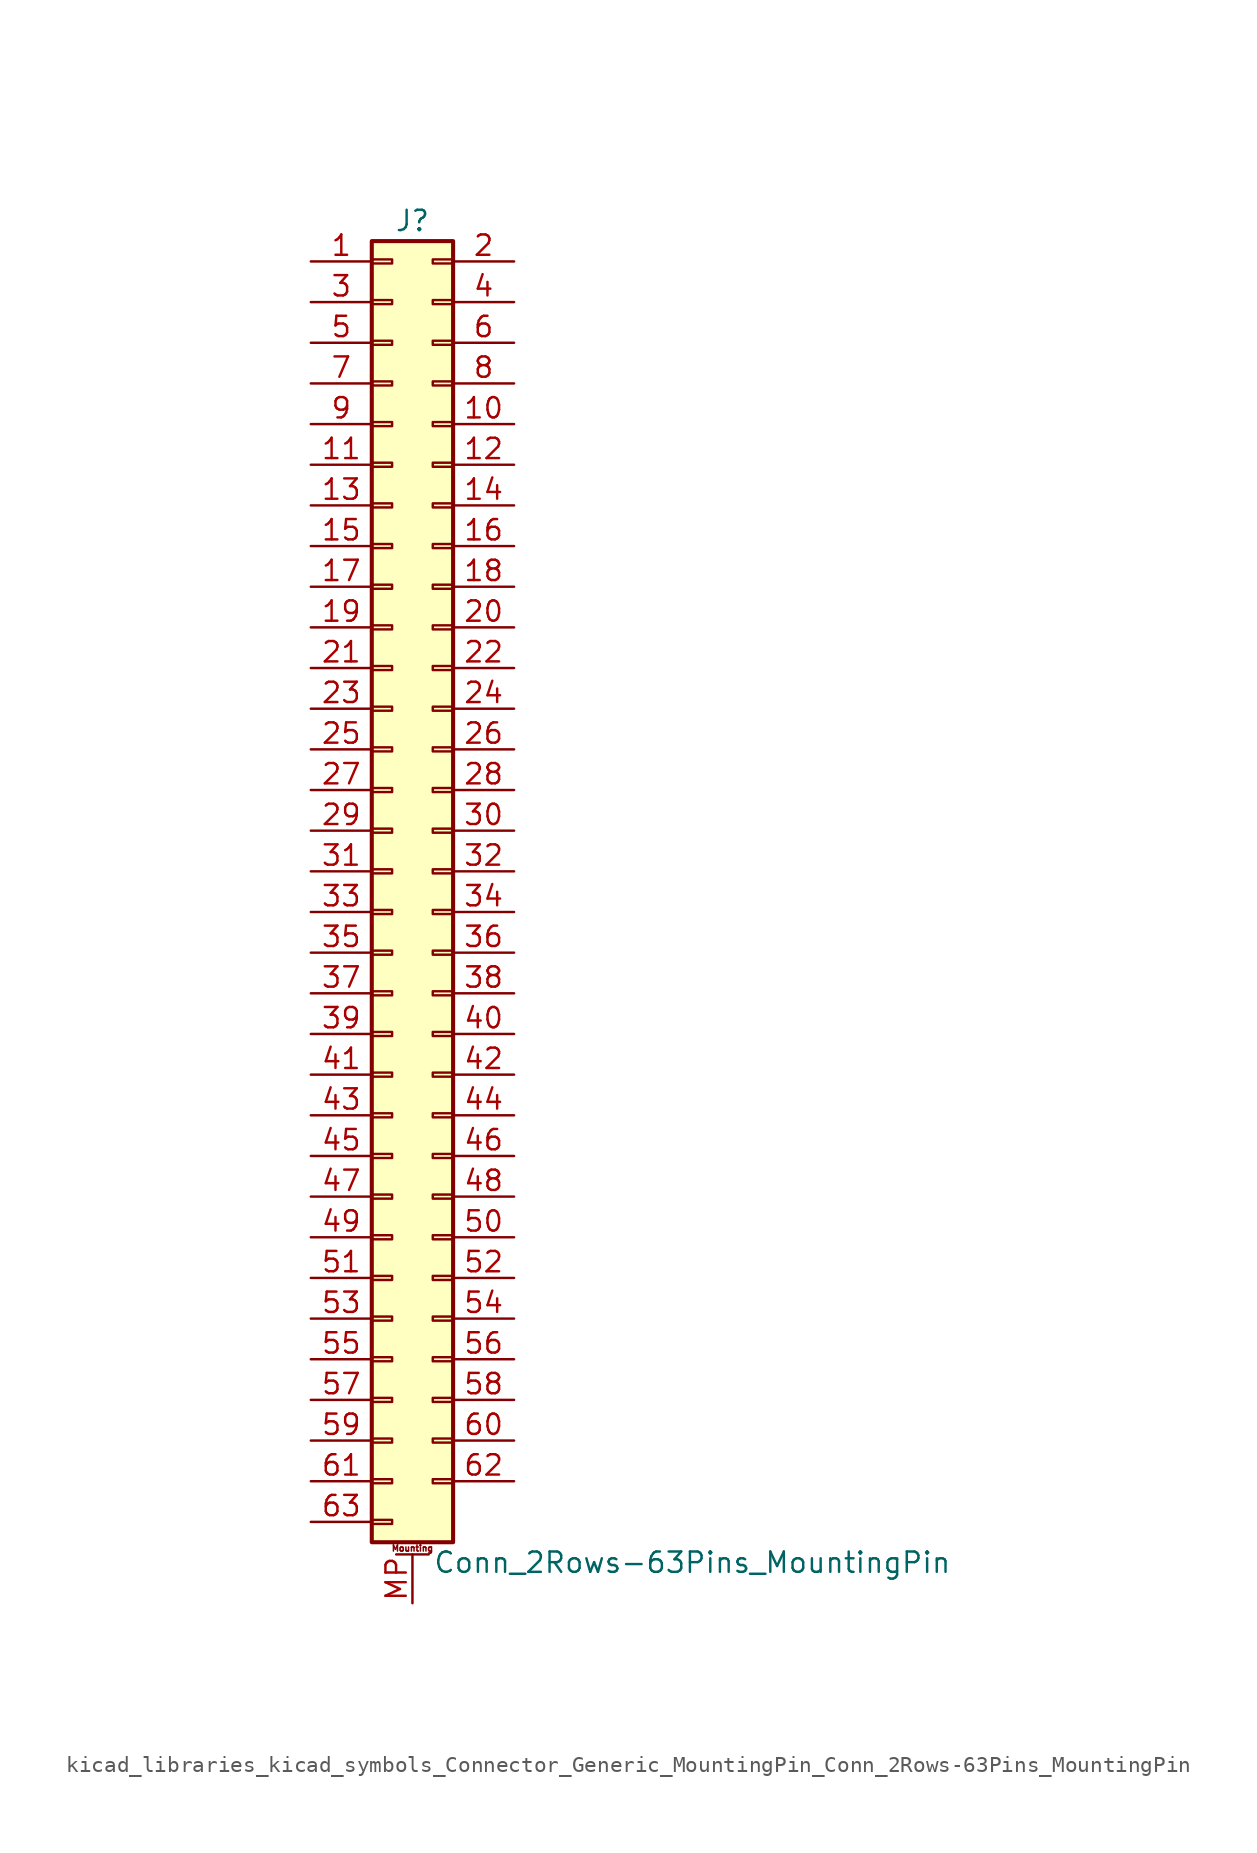
<source format=kicad_sym>
(kicad_symbol_lib
  (version 20220914)
  (generator kicad_symbol_editor)
  (symbol "kicad_libraries_kicad_symbols_Connector_Generic_MountingPin_Conn_2Rows-63Pins_MountingPin"
    (pin_names
      (offset 1.016) hide)
    (property "Reference" "J"
      (at 1.27 40.64 0)
      (effects (font (size 1.27 1.27))))
    (property "Value" "Conn_2Rows-63Pins_MountingPin"
      (at 2.54 -43.18 0)
      (effects (font (size 1.27 1.27)) (justify left)))
    (symbol "kicad_libraries_kicad_symbols_Connector_Generic_MountingPin_Conn_2Rows-63Pins_MountingPin_1_1"
      (rectangle (start -1.27 -40.513) (end 0 -40.767) (stroke (width 0.152) (type default)) (fill (type none)))
      (rectangle (start -1.27 -37.973) (end 0 -38.227) (stroke (width 0.152) (type default)) (fill (type none)))
      (rectangle (start -1.27 -35.433) (end 0 -35.687) (stroke (width 0.152) (type default)) (fill (type none)))
      (rectangle (start -1.27 -32.893) (end 0 -33.147) (stroke (width 0.152) (type default)) (fill (type none)))
      (rectangle (start -1.27 -30.353) (end 0 -30.607) (stroke (width 0.152) (type default)) (fill (type none)))
      (rectangle (start -1.27 -27.813) (end 0 -28.067) (stroke (width 0.152) (type default)) (fill (type none)))
      (rectangle (start -1.27 -25.273) (end 0 -25.527) (stroke (width 0.152) (type default)) (fill (type none)))
      (rectangle (start -1.27 -22.733) (end 0 -22.987) (stroke (width 0.152) (type default)) (fill (type none)))
      (rectangle (start -1.27 -20.193) (end 0 -20.447) (stroke (width 0.152) (type default)) (fill (type none)))
      (rectangle (start -1.27 -17.653) (end 0 -17.907) (stroke (width 0.152) (type default)) (fill (type none)))
      (rectangle (start -1.27 -15.113) (end 0 -15.367) (stroke (width 0.152) (type default)) (fill (type none)))
      (rectangle (start -1.27 -12.573) (end 0 -12.827) (stroke (width 0.152) (type default)) (fill (type none)))
      (rectangle (start -1.27 -10.033) (end 0 -10.287) (stroke (width 0.152) (type default)) (fill (type none)))
      (rectangle (start -1.27 -7.493) (end 0 -7.747) (stroke (width 0.152) (type default)) (fill (type none)))
      (rectangle (start -1.27 -4.953) (end 0 -5.207) (stroke (width 0.152) (type default)) (fill (type none)))
      (rectangle (start -1.27 -2.413) (end 0 -2.667) (stroke (width 0.152) (type default)) (fill (type none)))
      (rectangle (start -1.27 0.127) (end 0 -0.127) (stroke (width 0.152) (type default)) (fill (type none)))
      (rectangle (start -1.27 2.667) (end 0 2.413) (stroke (width 0.152) (type default)) (fill (type none)))
      (rectangle (start -1.27 5.207) (end 0 4.953) (stroke (width 0.152) (type default)) (fill (type none)))
      (rectangle (start -1.27 7.747) (end 0 7.493) (stroke (width 0.152) (type default)) (fill (type none)))
      (rectangle (start -1.27 10.287) (end 0 10.033) (stroke (width 0.152) (type default)) (fill (type none)))
      (rectangle (start -1.27 12.827) (end 0 12.573) (stroke (width 0.152) (type default)) (fill (type none)))
      (rectangle (start -1.27 15.367) (end 0 15.113) (stroke (width 0.152) (type default)) (fill (type none)))
      (rectangle (start -1.27 17.907) (end 0 17.653) (stroke (width 0.152) (type default)) (fill (type none)))
      (rectangle (start -1.27 20.447) (end 0 20.193) (stroke (width 0.152) (type default)) (fill (type none)))
      (rectangle (start -1.27 22.987) (end 0 22.733) (stroke (width 0.152) (type default)) (fill (type none)))
      (rectangle (start -1.27 25.527) (end 0 25.273) (stroke (width 0.152) (type default)) (fill (type none)))
      (rectangle (start -1.27 28.067) (end 0 27.813) (stroke (width 0.152) (type default)) (fill (type none)))
      (rectangle (start -1.27 30.607) (end 0 30.353) (stroke (width 0.152) (type default)) (fill (type none)))
      (rectangle (start -1.27 33.147) (end 0 32.893) (stroke (width 0.152) (type default)) (fill (type none)))
      (rectangle (start -1.27 35.687) (end 0 35.433) (stroke (width 0.152) (type default)) (fill (type none)))
      (rectangle (start -1.27 38.227) (end 0 37.973) (stroke (width 0.152) (type default)) (fill (type none)))
      (rectangle (start -1.27 39.37) (end 3.81 -41.91) (stroke (width 0.254) (type default)) (fill (type background)))
      (polyline (pts (xy 0.254 -42.672) (xy 2.286 -42.672)) (stroke (width 0.152) (type default)) (fill (type none)))
      (rectangle (start 3.81 -37.973) (end 2.54 -38.227) (stroke (width 0.152) (type default)) (fill (type none)))
      (rectangle (start 3.81 -35.433) (end 2.54 -35.687) (stroke (width 0.152) (type default)) (fill (type none)))
      (rectangle (start 3.81 -32.893) (end 2.54 -33.147) (stroke (width 0.152) (type default)) (fill (type none)))
      (rectangle (start 3.81 -30.353) (end 2.54 -30.607) (stroke (width 0.152) (type default)) (fill (type none)))
      (rectangle (start 3.81 -27.813) (end 2.54 -28.067) (stroke (width 0.152) (type default)) (fill (type none)))
      (rectangle (start 3.81 -25.273) (end 2.54 -25.527) (stroke (width 0.152) (type default)) (fill (type none)))
      (rectangle (start 3.81 -22.733) (end 2.54 -22.987) (stroke (width 0.152) (type default)) (fill (type none)))
      (rectangle (start 3.81 -20.193) (end 2.54 -20.447) (stroke (width 0.152) (type default)) (fill (type none)))
      (rectangle (start 3.81 -17.653) (end 2.54 -17.907) (stroke (width 0.152) (type default)) (fill (type none)))
      (rectangle (start 3.81 -15.113) (end 2.54 -15.367) (stroke (width 0.152) (type default)) (fill (type none)))
      (rectangle (start 3.81 -12.573) (end 2.54 -12.827) (stroke (width 0.152) (type default)) (fill (type none)))
      (rectangle (start 3.81 -10.033) (end 2.54 -10.287) (stroke (width 0.152) (type default)) (fill (type none)))
      (rectangle (start 3.81 -7.493) (end 2.54 -7.747) (stroke (width 0.152) (type default)) (fill (type none)))
      (rectangle (start 3.81 -4.953) (end 2.54 -5.207) (stroke (width 0.152) (type default)) (fill (type none)))
      (rectangle (start 3.81 -2.413) (end 2.54 -2.667) (stroke (width 0.152) (type default)) (fill (type none)))
      (rectangle (start 3.81 0.127) (end 2.54 -0.127) (stroke (width 0.152) (type default)) (fill (type none)))
      (rectangle (start 3.81 2.667) (end 2.54 2.413) (stroke (width 0.152) (type default)) (fill (type none)))
      (rectangle (start 3.81 5.207) (end 2.54 4.953) (stroke (width 0.152) (type default)) (fill (type none)))
      (rectangle (start 3.81 7.747) (end 2.54 7.493) (stroke (width 0.152) (type default)) (fill (type none)))
      (rectangle (start 3.81 10.287) (end 2.54 10.033) (stroke (width 0.152) (type default)) (fill (type none)))
      (rectangle (start 3.81 12.827) (end 2.54 12.573) (stroke (width 0.152) (type default)) (fill (type none)))
      (rectangle (start 3.81 15.367) (end 2.54 15.113) (stroke (width 0.152) (type default)) (fill (type none)))
      (rectangle (start 3.81 17.907) (end 2.54 17.653) (stroke (width 0.152) (type default)) (fill (type none)))
      (rectangle (start 3.81 20.447) (end 2.54 20.193) (stroke (width 0.152) (type default)) (fill (type none)))
      (rectangle (start 3.81 22.987) (end 2.54 22.733) (stroke (width 0.152) (type default)) (fill (type none)))
      (rectangle (start 3.81 25.527) (end 2.54 25.273) (stroke (width 0.152) (type default)) (fill (type none)))
      (rectangle (start 3.81 28.067) (end 2.54 27.813) (stroke (width 0.152) (type default)) (fill (type none)))
      (rectangle (start 3.81 30.607) (end 2.54 30.353) (stroke (width 0.152) (type default)) (fill (type none)))
      (rectangle (start 3.81 33.147) (end 2.54 32.893) (stroke (width 0.152) (type default)) (fill (type none)))
      (rectangle (start 3.81 35.687) (end 2.54 35.433) (stroke (width 0.152) (type default)) (fill (type none)))
      (rectangle (start 3.81 38.227) (end 2.54 37.973) (stroke (width 0.152) (type default)) (fill (type none)))
      (text "Mounting" (at 1.27 -42.291 0) (effects (font (size 0.381 0.381))))
      (pin passive line (at -5.08 38.1 0) (length 3.81) (name "Pin_1" (effects (font (size 1.27 1.27)))) (number "1" (effects (font (size 1.27 1.27)))))
      (pin passive line (at 7.62 27.94 180) (length 3.81) (name "Pin_10" (effects (font (size 1.27 1.27)))) (number "10" (effects (font (size 1.27 1.27)))))
      (pin passive line (at -5.08 25.4 0) (length 3.81) (name "Pin_11" (effects (font (size 1.27 1.27)))) (number "11" (effects (font (size 1.27 1.27)))))
      (pin passive line (at 7.62 25.4 180) (length 3.81) (name "Pin_12" (effects (font (size 1.27 1.27)))) (number "12" (effects (font (size 1.27 1.27)))))
      (pin passive line (at -5.08 22.86 0) (length 3.81) (name "Pin_13" (effects (font (size 1.27 1.27)))) (number "13" (effects (font (size 1.27 1.27)))))
      (pin passive line (at 7.62 22.86 180) (length 3.81) (name "Pin_14" (effects (font (size 1.27 1.27)))) (number "14" (effects (font (size 1.27 1.27)))))
      (pin passive line (at -5.08 20.32 0) (length 3.81) (name "Pin_15" (effects (font (size 1.27 1.27)))) (number "15" (effects (font (size 1.27 1.27)))))
      (pin passive line (at 7.62 20.32 180) (length 3.81) (name "Pin_16" (effects (font (size 1.27 1.27)))) (number "16" (effects (font (size 1.27 1.27)))))
      (pin passive line (at -5.08 17.78 0) (length 3.81) (name "Pin_17" (effects (font (size 1.27 1.27)))) (number "17" (effects (font (size 1.27 1.27)))))
      (pin passive line (at 7.62 17.78 180) (length 3.81) (name "Pin_18" (effects (font (size 1.27 1.27)))) (number "18" (effects (font (size 1.27 1.27)))))
      (pin passive line (at -5.08 15.24 0) (length 3.81) (name "Pin_19" (effects (font (size 1.27 1.27)))) (number "19" (effects (font (size 1.27 1.27)))))
      (pin passive line (at 7.62 38.1 180) (length 3.81) (name "Pin_2" (effects (font (size 1.27 1.27)))) (number "2" (effects (font (size 1.27 1.27)))))
      (pin passive line (at 7.62 15.24 180) (length 3.81) (name "Pin_20" (effects (font (size 1.27 1.27)))) (number "20" (effects (font (size 1.27 1.27)))))
      (pin passive line (at -5.08 12.7 0) (length 3.81) (name "Pin_21" (effects (font (size 1.27 1.27)))) (number "21" (effects (font (size 1.27 1.27)))))
      (pin passive line (at 7.62 12.7 180) (length 3.81) (name "Pin_22" (effects (font (size 1.27 1.27)))) (number "22" (effects (font (size 1.27 1.27)))))
      (pin passive line (at -5.08 10.16 0) (length 3.81) (name "Pin_23" (effects (font (size 1.27 1.27)))) (number "23" (effects (font (size 1.27 1.27)))))
      (pin passive line (at 7.62 10.16 180) (length 3.81) (name "Pin_24" (effects (font (size 1.27 1.27)))) (number "24" (effects (font (size 1.27 1.27)))))
      (pin passive line (at -5.08 7.62 0) (length 3.81) (name "Pin_25" (effects (font (size 1.27 1.27)))) (number "25" (effects (font (size 1.27 1.27)))))
      (pin passive line (at 7.62 7.62 180) (length 3.81) (name "Pin_26" (effects (font (size 1.27 1.27)))) (number "26" (effects (font (size 1.27 1.27)))))
      (pin passive line (at -5.08 5.08 0) (length 3.81) (name "Pin_27" (effects (font (size 1.27 1.27)))) (number "27" (effects (font (size 1.27 1.27)))))
      (pin passive line (at 7.62 5.08 180) (length 3.81) (name "Pin_28" (effects (font (size 1.27 1.27)))) (number "28" (effects (font (size 1.27 1.27)))))
      (pin passive line (at -5.08 2.54 0) (length 3.81) (name "Pin_29" (effects (font (size 1.27 1.27)))) (number "29" (effects (font (size 1.27 1.27)))))
      (pin passive line (at -5.08 35.56 0) (length 3.81) (name "Pin_3" (effects (font (size 1.27 1.27)))) (number "3" (effects (font (size 1.27 1.27)))))
      (pin passive line (at 7.62 2.54 180) (length 3.81) (name "Pin_30" (effects (font (size 1.27 1.27)))) (number "30" (effects (font (size 1.27 1.27)))))
      (pin passive line (at -5.08 0 0) (length 3.81) (name "Pin_31" (effects (font (size 1.27 1.27)))) (number "31" (effects (font (size 1.27 1.27)))))
      (pin passive line (at 7.62 0 180) (length 3.81) (name "Pin_32" (effects (font (size 1.27 1.27)))) (number "32" (effects (font (size 1.27 1.27)))))
      (pin passive line (at -5.08 -2.54 0) (length 3.81) (name "Pin_33" (effects (font (size 1.27 1.27)))) (number "33" (effects (font (size 1.27 1.27)))))
      (pin passive line (at 7.62 -2.54 180) (length 3.81) (name "Pin_34" (effects (font (size 1.27 1.27)))) (number "34" (effects (font (size 1.27 1.27)))))
      (pin passive line (at -5.08 -5.08 0) (length 3.81) (name "Pin_35" (effects (font (size 1.27 1.27)))) (number "35" (effects (font (size 1.27 1.27)))))
      (pin passive line (at 7.62 -5.08 180) (length 3.81) (name "Pin_36" (effects (font (size 1.27 1.27)))) (number "36" (effects (font (size 1.27 1.27)))))
      (pin passive line (at -5.08 -7.62 0) (length 3.81) (name "Pin_37" (effects (font (size 1.27 1.27)))) (number "37" (effects (font (size 1.27 1.27)))))
      (pin passive line (at 7.62 -7.62 180) (length 3.81) (name "Pin_38" (effects (font (size 1.27 1.27)))) (number "38" (effects (font (size 1.27 1.27)))))
      (pin passive line (at -5.08 -10.16 0) (length 3.81) (name "Pin_39" (effects (font (size 1.27 1.27)))) (number "39" (effects (font (size 1.27 1.27)))))
      (pin passive line (at 7.62 35.56 180) (length 3.81) (name "Pin_4" (effects (font (size 1.27 1.27)))) (number "4" (effects (font (size 1.27 1.27)))))
      (pin passive line (at 7.62 -10.16 180) (length 3.81) (name "Pin_40" (effects (font (size 1.27 1.27)))) (number "40" (effects (font (size 1.27 1.27)))))
      (pin passive line (at -5.08 -12.7 0) (length 3.81) (name "Pin_41" (effects (font (size 1.27 1.27)))) (number "41" (effects (font (size 1.27 1.27)))))
      (pin passive line (at 7.62 -12.7 180) (length 3.81) (name "Pin_42" (effects (font (size 1.27 1.27)))) (number "42" (effects (font (size 1.27 1.27)))))
      (pin passive line (at -5.08 -15.24 0) (length 3.81) (name "Pin_43" (effects (font (size 1.27 1.27)))) (number "43" (effects (font (size 1.27 1.27)))))
      (pin passive line (at 7.62 -15.24 180) (length 3.81) (name "Pin_44" (effects (font (size 1.27 1.27)))) (number "44" (effects (font (size 1.27 1.27)))))
      (pin passive line (at -5.08 -17.78 0) (length 3.81) (name "Pin_45" (effects (font (size 1.27 1.27)))) (number "45" (effects (font (size 1.27 1.27)))))
      (pin passive line (at 7.62 -17.78 180) (length 3.81) (name "Pin_46" (effects (font (size 1.27 1.27)))) (number "46" (effects (font (size 1.27 1.27)))))
      (pin passive line (at -5.08 -20.32 0) (length 3.81) (name "Pin_47" (effects (font (size 1.27 1.27)))) (number "47" (effects (font (size 1.27 1.27)))))
      (pin passive line (at 7.62 -20.32 180) (length 3.81) (name "Pin_48" (effects (font (size 1.27 1.27)))) (number "48" (effects (font (size 1.27 1.27)))))
      (pin passive line (at -5.08 -22.86 0) (length 3.81) (name "Pin_49" (effects (font (size 1.27 1.27)))) (number "49" (effects (font (size 1.27 1.27)))))
      (pin passive line (at -5.08 33.02 0) (length 3.81) (name "Pin_5" (effects (font (size 1.27 1.27)))) (number "5" (effects (font (size 1.27 1.27)))))
      (pin passive line (at 7.62 -22.86 180) (length 3.81) (name "Pin_50" (effects (font (size 1.27 1.27)))) (number "50" (effects (font (size 1.27 1.27)))))
      (pin passive line (at -5.08 -25.4 0) (length 3.81) (name "Pin_51" (effects (font (size 1.27 1.27)))) (number "51" (effects (font (size 1.27 1.27)))))
      (pin passive line (at 7.62 -25.4 180) (length 3.81) (name "Pin_52" (effects (font (size 1.27 1.27)))) (number "52" (effects (font (size 1.27 1.27)))))
      (pin passive line (at -5.08 -27.94 0) (length 3.81) (name "Pin_53" (effects (font (size 1.27 1.27)))) (number "53" (effects (font (size 1.27 1.27)))))
      (pin passive line (at 7.62 -27.94 180) (length 3.81) (name "Pin_54" (effects (font (size 1.27 1.27)))) (number "54" (effects (font (size 1.27 1.27)))))
      (pin passive line (at -5.08 -30.48 0) (length 3.81) (name "Pin_55" (effects (font (size 1.27 1.27)))) (number "55" (effects (font (size 1.27 1.27)))))
      (pin passive line (at 7.62 -30.48 180) (length 3.81) (name "Pin_56" (effects (font (size 1.27 1.27)))) (number "56" (effects (font (size 1.27 1.27)))))
      (pin passive line (at -5.08 -33.02 0) (length 3.81) (name "Pin_57" (effects (font (size 1.27 1.27)))) (number "57" (effects (font (size 1.27 1.27)))))
      (pin passive line (at 7.62 -33.02 180) (length 3.81) (name "Pin_58" (effects (font (size 1.27 1.27)))) (number "58" (effects (font (size 1.27 1.27)))))
      (pin passive line (at -5.08 -35.56 0) (length 3.81) (name "Pin_59" (effects (font (size 1.27 1.27)))) (number "59" (effects (font (size 1.27 1.27)))))
      (pin passive line (at 7.62 33.02 180) (length 3.81) (name "Pin_6" (effects (font (size 1.27 1.27)))) (number "6" (effects (font (size 1.27 1.27)))))
      (pin passive line (at 7.62 -35.56 180) (length 3.81) (name "Pin_60" (effects (font (size 1.27 1.27)))) (number "60" (effects (font (size 1.27 1.27)))))
      (pin passive line (at -5.08 -38.1 0) (length 3.81) (name "Pin_61" (effects (font (size 1.27 1.27)))) (number "61" (effects (font (size 1.27 1.27)))))
      (pin passive line (at 7.62 -38.1 180) (length 3.81) (name "Pin_62" (effects (font (size 1.27 1.27)))) (number "62" (effects (font (size 1.27 1.27)))))
      (pin passive line (at -5.08 -40.64 0) (length 3.81) (name "Pin_63" (effects (font (size 1.27 1.27)))) (number "63" (effects (font (size 1.27 1.27)))))
      (pin passive line (at -5.08 30.48 0) (length 3.81) (name "Pin_7" (effects (font (size 1.27 1.27)))) (number "7" (effects (font (size 1.27 1.27)))))
      (pin passive line (at 7.62 30.48 180) (length 3.81) (name "Pin_8" (effects (font (size 1.27 1.27)))) (number "8" (effects (font (size 1.27 1.27)))))
      (pin passive line (at -5.08 27.94 0) (length 3.81) (name "Pin_9" (effects (font (size 1.27 1.27)))) (number "9" (effects (font (size 1.27 1.27)))))
      (pin passive line (at 1.27 -45.72 90) (length 3.048) (name "MountPin" (effects (font (size 1.27 1.27)))) (number "MP" (effects (font (size 1.27 1.27))))))))
</source>
